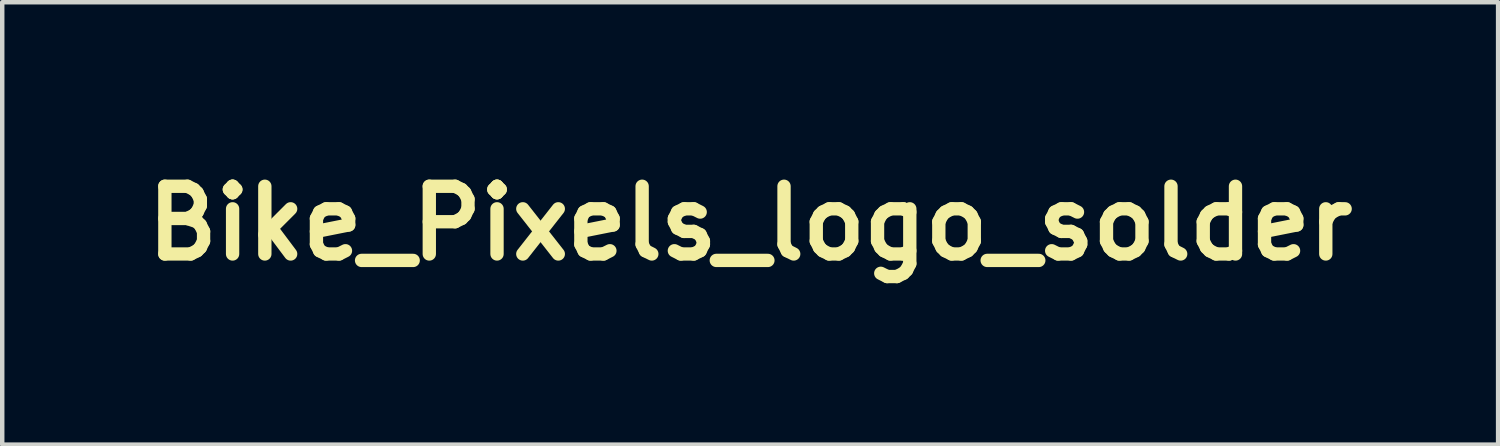
<source format=kicad_pcb>
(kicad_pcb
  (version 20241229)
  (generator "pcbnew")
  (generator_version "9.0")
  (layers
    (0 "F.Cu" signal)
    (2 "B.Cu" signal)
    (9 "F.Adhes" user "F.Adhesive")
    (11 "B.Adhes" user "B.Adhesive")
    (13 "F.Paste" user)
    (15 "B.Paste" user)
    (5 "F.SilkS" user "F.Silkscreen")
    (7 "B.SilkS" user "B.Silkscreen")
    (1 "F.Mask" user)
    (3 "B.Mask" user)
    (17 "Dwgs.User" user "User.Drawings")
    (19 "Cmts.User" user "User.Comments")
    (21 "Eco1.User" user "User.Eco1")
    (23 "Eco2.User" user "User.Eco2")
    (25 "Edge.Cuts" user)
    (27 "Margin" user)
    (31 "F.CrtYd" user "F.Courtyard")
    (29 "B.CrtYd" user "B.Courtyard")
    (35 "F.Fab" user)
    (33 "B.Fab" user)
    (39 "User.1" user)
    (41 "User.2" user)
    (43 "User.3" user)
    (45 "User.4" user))
  (footprint "Bike_Pixels_logo_solder"
    (layer "F.Cu")
    (at 13.832 1.976)
    (property "Reference" "Bike_Pixels_logo_solder" (at 0 0 0) (layer "F.SilkS") (effects (font (size 1.524 1.524) (thickness 0.3))))
    (attr board_only exclude_from_pos_files exclude_from_bom)
    (fp_poly (pts (xy -2.446 1.298) (xy -2.998 1.298) (xy -2.998 0.751) (xy -2.446 0.751)) (stroke (width 0) (type solid)) (fill yes) (layer "F.Mask"))
    (fp_poly (pts (xy -1.768 -1.424) (xy -2.315 -1.424) (xy -2.315 -1.976) (xy -1.768 -1.976)) (stroke (width 0) (type solid)) (fill yes) (layer "F.Mask"))
    (fp_poly (pts (xy -1.768 -0.063) (xy -2.315 -0.063) (xy -2.315 -0.615) (xy -1.768 -0.615)) (stroke (width 0) (type solid)) (fill yes) (layer "F.Mask"))
    (fp_poly (pts (xy -1.768 1.981) (xy -2.315 1.981) (xy -2.315 1.429) (xy -1.768 1.429)) (stroke (width 0) (type solid)) (fill yes) (layer "F.Mask"))
    (fp_poly (pts (xy -1.085 -0.063) (xy -1.637 -0.063) (xy -1.637 -0.615) (xy -1.085 -0.615)) (stroke (width 0) (type solid)) (fill yes) (layer "F.Mask"))
    (fp_poly (pts (xy -1.085 1.981) (xy -1.637 1.981) (xy -1.637 1.429) (xy -1.085 1.429)) (stroke (width 0) (type solid)) (fill yes) (layer "F.Mask"))
    (fp_poly (pts (xy -0.402 0.62) (xy -0.954 0.62) (xy -0.954 0.068) (xy -0.402 0.068)) (stroke (width 0) (type solid)) (fill yes) (layer "F.Mask"))
    (fp_poly (pts (xy -0.402 1.298) (xy -0.954 1.298) (xy -0.954 0.751) (xy -0.402 0.751)) (stroke (width 0) (type solid)) (fill yes) (layer "F.Mask"))
    (fp_poly (pts (xy 0.959 0.62) (xy 0.407 0.62) (xy 0.407 0.068) (xy 0.959 0.068)) (stroke (width 0) (type solid)) (fill yes) (layer "F.Mask"))
    (fp_poly (pts (xy 0.959 1.298) (xy 0.407 1.298) (xy 0.407 0.751) (xy 0.959 0.751)) (stroke (width 0) (type solid)) (fill yes) (layer "F.Mask"))
    (fp_poly (pts (xy 1.642 -1.424) (xy 1.09 -1.424) (xy 1.09 -1.976) (xy 1.642 -1.976)) (stroke (width 0) (type solid)) (fill yes) (layer "F.Mask"))
    (fp_poly (pts (xy 1.642 -0.063) (xy 1.09 -0.063) (xy 1.09 -0.615) (xy 1.642 -0.615)) (stroke (width 0) (type solid)) (fill yes) (layer "F.Mask"))
    (fp_poly (pts (xy 1.642 1.981) (xy 1.09 1.981) (xy 1.09 1.429) (xy 1.642 1.429)) (stroke (width 0) (type solid)) (fill yes) (layer "F.Mask"))
    (fp_poly (pts (xy 2.32 -1.424) (xy 1.772 -1.424) (xy 1.772 -1.976) (xy 2.32 -1.976)) (stroke (width 0) (type solid)) (fill yes) (layer "F.Mask"))
    (fp_poly (pts (xy 2.32 -0.063) (xy 1.772 -0.063) (xy 1.772 -0.615) (xy 2.32 -0.615)) (stroke (width 0) (type solid)) (fill yes) (layer "F.Mask"))
    (fp_poly (pts (xy 2.32 1.981) (xy 1.772 1.981) (xy 1.772 1.429) (xy 2.32 1.429)) (stroke (width 0) (type solid)) (fill yes) (layer "F.Mask"))
    (fp_poly (pts (xy 3.002 1.298) (xy 2.45 1.298) (xy 2.45 0.751) (xy 3.002 0.751)) (stroke (width 0) (type solid)) (fill yes) (layer "F.Mask"))
    (fp_poly (pts (xy -2.447 0.343) (xy -2.448 0.617) (xy -2.723 0.619) (xy -2.998 0.62) (xy -2.998 0.068) (xy -2.445 0.068)) (stroke (width 0) (type solid)) (fill yes) (layer "F.Mask"))
    (fp_poly (pts (xy 3.002 0.62) (xy 2.73 0.62) (xy 2.679 0.62) (xy 2.632 0.62) (xy 2.588 0.619) (xy 2.549 0.619) (xy 2.515 0.619) (xy 2.488 0.618) (xy 2.468 0.618) (xy 2.456 0.617) (xy 2.454 0.617) (xy 2.453 0.611) (xy 2.452 0.597) (xy 2.452 0.575) (xy 2.452 0.546) (xy 2.451 0.511) (xy 2.451 0.47) (xy 2.451 0.425) (xy 2.45 0.377) (xy 2.45 0.341) (xy 2.45 0.068) (xy 3.002 0.068)) (stroke (width 0) (type solid)) (fill yes) (layer "F.Mask")))
  (gr_rect
    (start -3 -3)
    (end 30.664 6.956)
    (stroke (width 0.1) (type default))
    (fill no)
    (layer "Edge.Cuts")))
</source>
